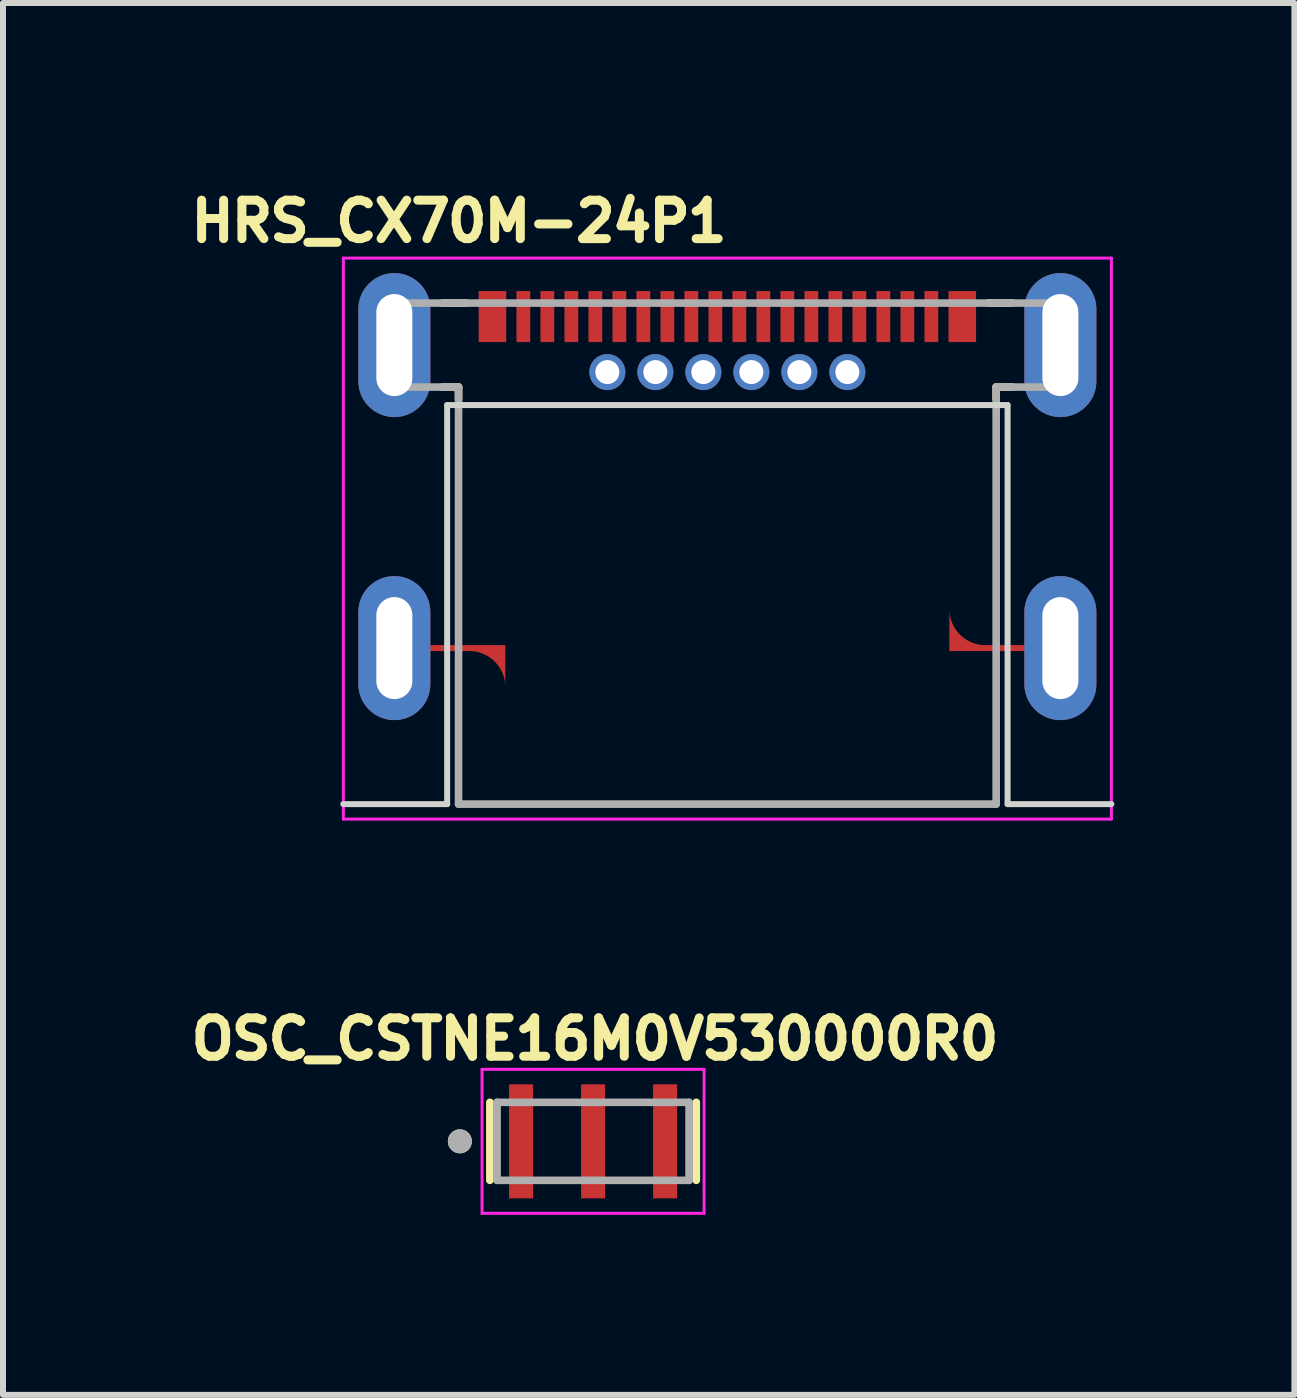
<source format=kicad_pcb>
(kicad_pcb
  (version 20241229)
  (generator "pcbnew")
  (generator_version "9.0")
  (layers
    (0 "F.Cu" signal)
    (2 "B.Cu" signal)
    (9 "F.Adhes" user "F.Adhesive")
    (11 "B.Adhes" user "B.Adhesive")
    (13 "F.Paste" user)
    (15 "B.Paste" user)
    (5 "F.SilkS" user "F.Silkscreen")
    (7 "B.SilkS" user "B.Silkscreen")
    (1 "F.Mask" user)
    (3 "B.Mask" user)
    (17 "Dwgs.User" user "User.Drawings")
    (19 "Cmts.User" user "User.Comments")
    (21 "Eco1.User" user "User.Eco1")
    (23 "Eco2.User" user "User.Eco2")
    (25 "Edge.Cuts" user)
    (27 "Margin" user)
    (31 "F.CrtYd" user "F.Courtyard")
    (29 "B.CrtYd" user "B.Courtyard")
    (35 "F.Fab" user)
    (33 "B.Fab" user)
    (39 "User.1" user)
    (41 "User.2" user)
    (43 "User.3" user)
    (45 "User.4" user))
  (footprint "OSC_CSTNE16M0V530000R0"
    (layer "F.Cu")
    (at 6.834 15.971)
    (property "Reference" "OSC_CSTNE16M0V530000R0" (at 0.032 -1.706 0) (layer "F.SilkS") (effects (font (size 0.64 0.64) (thickness 0.15))))
    (attr through_hole)
    (fp_line (start -1.72 -0.65) (end -1.72 0.65) (stroke (width 0.127) (type solid)) (layer "F.SilkS"))
    (fp_line (start 1.72 -0.65) (end 1.72 0.65) (stroke (width 0.127) (type solid)) (layer "F.SilkS"))
    (fp_circle (center -2.22 0) (end -2.12 0) (stroke (width 0.2) (type solid)) (fill no) (layer "F.SilkS"))
    (fp_line (start -1.85 -1.2) (end 1.85 -1.2) (stroke (width 0.05) (type solid)) (layer "F.CrtYd"))
    (fp_line (start -1.85 1.2) (end -1.85 -1.2) (stroke (width 0.05) (type solid)) (layer "F.CrtYd"))
    (fp_line (start 1.85 -1.2) (end 1.85 1.2) (stroke (width 0.05) (type solid)) (layer "F.CrtYd"))
    (fp_line (start 1.85 1.2) (end -1.85 1.2) (stroke (width 0.05) (type solid)) (layer "F.CrtYd"))
    (fp_line (start -1.6 -0.65) (end -1.6 0.65) (stroke (width 0.127) (type solid)) (layer "F.Fab"))
    (fp_line (start -1.6 -0.65) (end 1.6 -0.65) (stroke (width 0.127) (type solid)) (layer "F.Fab"))
    (fp_line (start 1.6 -0.65) (end 1.6 0.65) (stroke (width 0.127) (type solid)) (layer "F.Fab"))
    (fp_line (start 1.6 0.65) (end -1.6 0.65) (stroke (width 0.127) (type solid)) (layer "F.Fab"))
    (fp_circle (center -2.22 0) (end -2.12 0) (stroke (width 0.2) (type solid)) (fill no) (layer "F.Fab"))
    (pad "1" smd rect (at -1.2 0) (size 0.4 1.9) (layers "F.Cu" "F.Mask" "F.Paste"))
    (pad "2" smd rect (at 0 0) (size 0.4 1.9) (layers "F.Cu" "F.Mask" "F.Paste"))
    (pad "3" smd rect (at 1.2 0) (size 0.4 1.9) (layers "F.Cu" "F.Mask" "F.Paste")))
  (footprint "HRS_CX70M-24P1"
    (layer "F.Cu")
    (at 9.072 7.97)
    (property "Reference" "HRS_CX70M-24P1" (at -4.473 -7.332 0) (layer "F.SilkS") (effects (font (size 0.641 0.641) (thickness 0.15))))
    (attr through_hole)
    (fp_poly (pts (xy -5.607 -1.519) (xy -4.75 -1.519) (xy -4.75 1.083) (xy -5.607 1.083)) (stroke (width 0.01) (type solid)) (fill yes) (layer "F.Mask"))
    (fp_poly (pts (xy 4.75 -1.519) (xy 5.55 -1.519) (xy 5.55 1.081) (xy 4.75 1.081)) (stroke (width 0.01) (type solid)) (fill yes) (layer "F.Mask"))
    (fp_line (start -4.75 -5.969) (end -4.35 -5.969) (stroke (width 0.127) (type solid)) (layer "F.SilkS"))
    (fp_line (start -4.75 -4.569) (end -4.48 -4.569) (stroke (width 0.127) (type solid)) (layer "F.SilkS"))
    (fp_line (start -4.48 -4.569) (end -4.48 -4.369) (stroke (width 0.127) (type solid)) (layer "F.SilkS"))
    (fp_line (start 4.35 -5.969) (end 4.75 -5.969) (stroke (width 0.127) (type solid)) (layer "F.SilkS"))
    (fp_line (start 4.48 -4.569) (end 4.48 -4.369) (stroke (width 0.127) (type solid)) (layer "F.SilkS"))
    (fp_line (start 4.75 -4.569) (end 4.48 -4.569) (stroke (width 0.127) (type solid)) (layer "F.SilkS"))
    (fp_poly (pts (xy -5.55 -1.419) (xy -4.85 -1.419) (xy -4.85 0.981) (xy -5.55 0.981) (xy -5.519 0.98) (xy -5.487 0.978) (xy -5.456 0.974) (xy -5.425 0.968) (xy -5.395 0.961) (xy -5.365 0.952) (xy -5.335 0.941) (xy -5.306 0.929) (xy -5.278 0.916) (xy -5.25 0.901) (xy -5.223 0.884) (xy -5.197 0.866) (xy -5.172 0.847) (xy -5.149 0.827) (xy -5.126 0.805) (xy -5.104 0.782) (xy -5.084 0.759) (xy -5.065 0.734) (xy -5.047 0.708) (xy -5.03 0.681) (xy -5.015 0.653) (xy -5.002 0.625) (xy -4.99 0.596) (xy -4.979 0.566) (xy -4.97 0.536) (xy -4.963 0.506) (xy -4.957 0.475) (xy -4.953 0.444) (xy -4.951 0.412) (xy -4.95 0.381) (xy -4.95 -0.819) (xy -4.951 -0.85) (xy -4.953 -0.882) (xy -4.957 -0.913) (xy -4.963 -0.944) (xy -4.97 -0.974) (xy -4.979 -1.004) (xy -4.99 -1.034) (xy -5.002 -1.063) (xy -5.015 -1.091) (xy -5.03 -1.119) (xy -5.047 -1.146) (xy -5.065 -1.172) (xy -5.084 -1.197) (xy -5.104 -1.22) (xy -5.126 -1.243) (xy -5.149 -1.265) (xy -5.172 -1.285) (xy -5.197 -1.304) (xy -5.223 -1.322) (xy -5.25 -1.339) (xy -5.278 -1.354) (xy -5.306 -1.367) (xy -5.335 -1.379) (xy -5.365 -1.39) (xy -5.395 -1.399) (xy -5.425 -1.406) (xy -5.456 -1.412) (xy -5.487 -1.416) (xy -5.519 -1.418) (xy -5.55 -1.419)) (stroke (width 0.0001) (type solid)) (fill yes) (layer "F.Paste"))
    (fp_poly (pts (xy 5.55 -1.419) (xy 4.85 -1.419) (xy 4.85 0.981) (xy 5.55 0.981) (xy 5.519 0.98) (xy 5.487 0.978) (xy 5.456 0.974) (xy 5.425 0.968) (xy 5.395 0.961) (xy 5.365 0.952) (xy 5.335 0.941) (xy 5.306 0.929) (xy 5.278 0.916) (xy 5.25 0.901) (xy 5.223 0.884) (xy 5.197 0.866) (xy 5.172 0.847) (xy 5.149 0.827) (xy 5.126 0.805) (xy 5.104 0.782) (xy 5.084 0.759) (xy 5.065 0.734) (xy 5.047 0.708) (xy 5.03 0.681) (xy 5.015 0.653) (xy 5.002 0.625) (xy 4.99 0.596) (xy 4.979 0.566) (xy 4.97 0.536) (xy 4.963 0.506) (xy 4.957 0.475) (xy 4.953 0.444) (xy 4.951 0.412) (xy 4.95 0.381) (xy 4.95 -0.819) (xy 4.951 -0.85) (xy 4.953 -0.882) (xy 4.957 -0.913) (xy 4.963 -0.944) (xy 4.97 -0.974) (xy 4.979 -1.004) (xy 4.99 -1.034) (xy 5.002 -1.063) (xy 5.015 -1.091) (xy 5.03 -1.119) (xy 5.047 -1.146) (xy 5.065 -1.172) (xy 5.084 -1.197) (xy 5.104 -1.22) (xy 5.126 -1.243) (xy 5.149 -1.265) (xy 5.172 -1.285) (xy 5.197 -1.304) (xy 5.223 -1.322) (xy 5.25 -1.339) (xy 5.278 -1.354) (xy 5.306 -1.367) (xy 5.335 -1.379) (xy 5.365 -1.39) (xy 5.395 -1.399) (xy 5.425 -1.406) (xy 5.456 -1.412) (xy 5.487 -1.416) (xy 5.519 -1.418) (xy 5.55 -1.419)) (stroke (width 0.0001) (type solid)) (fill yes) (layer "F.Paste"))
    (fp_line (start -6.4 2.381) (end -4.67 2.381) (stroke (width 0.1) (type solid)) (layer "Edge.Cuts"))
    (fp_line (start -4.67 -4.269) (end 4.67 -4.269) (stroke (width 0.1) (type solid)) (layer "Edge.Cuts"))
    (fp_line (start -4.67 2.381) (end -4.67 -4.269) (stroke (width 0.1) (type solid)) (layer "Edge.Cuts"))
    (fp_line (start 4.67 -4.269) (end 4.67 2.381) (stroke (width 0.1) (type solid)) (layer "Edge.Cuts"))
    (fp_line (start 4.67 2.381) (end 6.4 2.381) (stroke (width 0.1) (type solid)) (layer "Edge.Cuts"))
    (fp_line (start -6.4 -6.719) (end 6.4 -6.719) (stroke (width 0.05) (type solid)) (layer "F.CrtYd"))
    (fp_line (start -6.4 2.631) (end -6.4 -6.719) (stroke (width 0.05) (type solid)) (layer "F.CrtYd"))
    (fp_line (start 6.4 -6.719) (end 6.4 2.631) (stroke (width 0.05) (type solid)) (layer "F.CrtYd"))
    (fp_line (start 6.4 2.631) (end -6.4 2.631) (stroke (width 0.05) (type solid)) (layer "F.CrtYd"))
    (fp_line (start -5.7 -5.969) (end -5.7 -4.569) (stroke (width 0.127) (type solid)) (layer "F.Fab"))
    (fp_line (start -5.7 -5.969) (end 5.7 -5.969) (stroke (width 0.127) (type solid)) (layer "F.Fab"))
    (fp_line (start -5.7 -4.569) (end -4.48 -4.569) (stroke (width 0.127) (type solid)) (layer "F.Fab"))
    (fp_line (start -4.48 2.381) (end -4.48 -4.569) (stroke (width 0.127) (type solid)) (layer "F.Fab"))
    (fp_line (start 4.48 -4.569) (end 4.48 2.381) (stroke (width 0.127) (type solid)) (layer "F.Fab"))
    (fp_line (start 4.48 -4.569) (end 5.7 -4.569) (stroke (width 0.127) (type solid)) (layer "F.Fab"))
    (fp_line (start 4.48 2.381) (end -4.48 2.381) (stroke (width 0.127) (type solid)) (layer "F.Fab"))
    (fp_line (start 5.7 -5.969) (end 5.7 -4.569) (stroke (width 0.127) (type solid)) (layer "F.Fab"))
    (pad "A1" smd rect (at -2.2 -5.744 90) (size 0.85 0.23) (layers "F.Cu" "F.Mask" "F.Paste"))
    (pad "A2" smd rect (at -1.8 -5.744 90) (size 0.85 0.23) (layers "F.Cu" "F.Mask" "F.Paste"))
    (pad "A3" smd rect (at -1.4 -5.744 90) (size 0.85 0.23) (layers "F.Cu" "F.Mask" "F.Paste"))
    (pad "A4" smd rect (at -1 -5.744 90) (size 0.85 0.23) (layers "F.Cu" "F.Mask" "F.Paste"))
    (pad "A5" smd rect (at -0.6 -5.744 90) (size 0.85 0.23) (layers "F.Cu" "F.Mask" "F.Paste"))
    (pad "A6" smd rect (at -0.2 -5.744 90) (size 0.85 0.23) (layers "F.Cu" "F.Mask" "F.Paste"))
    (pad "A7" smd rect (at 0.2 -5.744 90) (size 0.85 0.23) (layers "F.Cu" "F.Mask" "F.Paste"))
    (pad "A8" smd rect (at 0.6 -5.744 90) (size 0.85 0.23) (layers "F.Cu" "F.Mask" "F.Paste"))
    (pad "A9" smd rect (at 1 -5.744 90) (size 0.85 0.23) (layers "F.Cu" "F.Mask" "F.Paste"))
    (pad "A10" smd rect (at 1.4 -5.744 90) (size 0.85 0.23) (layers "F.Cu" "F.Mask" "F.Paste"))
    (pad "A11" smd rect (at 1.8 -5.744 90) (size 0.85 0.23) (layers "F.Cu" "F.Mask" "F.Paste"))
    (pad "A12" smd rect (at 2.2 -5.744 90) (size 0.85 0.23) (layers "F.Cu" "F.Mask" "F.Paste"))
    (pad "B1" smd rect (at 3.4 -5.744 90) (size 0.85 0.23) (layers "F.Cu" "F.Mask" "F.Paste"))
    (pad "B2" smd rect (at 3 -5.744 90) (size 0.85 0.23) (layers "F.Cu" "F.Mask" "F.Paste"))
    (pad "B3" smd rect (at 2.6 -5.744 90) (size 0.85 0.23) (layers "F.Cu" "F.Mask" "F.Paste"))
    (pad "B4" thru_hole circle (at 2 -4.819) (size 0.6 0.6) (drill 0.4) (layers "*.Cu" "*.Mask"))
    (pad "B5" thru_hole circle (at 1.2 -4.819) (size 0.6 0.6) (drill 0.4) (layers "*.Cu" "*.Mask"))
    (pad "B6" thru_hole circle (at 0.4 -4.819) (size 0.6 0.6) (drill 0.4) (layers "*.Cu" "*.Mask"))
    (pad "B7" thru_hole circle (at -0.4 -4.819) (size 0.6 0.6) (drill 0.4) (layers "*.Cu" "*.Mask"))
    (pad "B8" thru_hole circle (at -1.2 -4.819) (size 0.6 0.6) (drill 0.4) (layers "*.Cu" "*.Mask"))
    (pad "B9" thru_hole circle (at -2 -4.819) (size 0.6 0.6) (drill 0.4) (layers "*.Cu" "*.Mask"))
    (pad "B10" smd rect (at -2.6 -5.744 90) (size 0.85 0.23) (layers "F.Cu" "F.Mask" "F.Paste"))
    (pad "B11" smd rect (at -3 -5.744 90) (size 0.85 0.23) (layers "F.Cu" "F.Mask" "F.Paste"))
    (pad "B12" smd rect (at -3.4 -5.744 90) (size 0.85 0.23) (layers "F.Cu" "F.Mask" "F.Paste"))
    (pad "S1" thru_hole oval (at -5.55 -5.269) (size 1.2 2.4) (drill oval 0.6 1.7) (layers "*.Cu" "*.Mask"))
    (pad "S2" smd rect (at -3.915 -5.744 90) (size 0.85 0.46) (layers "F.Cu" "F.Mask" "F.Paste"))
    (pad "S3" smd rect (at 3.915 -5.744 90) (size 0.85 0.46) (layers "F.Cu" "F.Mask" "F.Paste"))
    (pad "S4" thru_hole oval (at 5.55 -5.269) (size 1.2 2.4) (drill oval 0.6 1.7) (layers "*.Cu" "*.Mask"))
    (pad "S5" thru_hole oval (at -5.55 -0.219) (size 1.2 2.4) (drill oval 0.6 1.7) (layers "*.Cu" "*.Mask"))
    (pad "S5.1" smd custom (at -4.9 -0.219 90) (size 0.1 0.1) (layers "F.Cu") (options (anchor rect)) (primitives (gr_poly (pts (xy -0.65 -1.2) (xy 0.05 -1.2) (xy 0.05 1.2) (xy -0.65 1.2) (xy -0.619 1.199) (xy -0.587 1.197) (xy -0.556 1.193) (xy -0.525 1.187) (xy -0.495 1.18) (xy -0.465 1.171) (xy -0.435 1.16) (xy -0.406 1.148) (xy -0.378 1.135) (xy -0.35 1.12) (xy -0.323 1.103) (xy -0.297 1.085) (xy -0.272 1.066) (xy -0.249 1.046) (xy -0.226 1.024) (xy -0.204 1.001) (xy -0.184 0.978) (xy -0.165 0.953) (xy -0.147 0.927) (xy -0.13 0.9) (xy -0.115 0.872) (xy -0.102 0.844) (xy -0.09 0.815) (xy -0.079 0.785) (xy -0.07 0.755) (xy -0.063 0.725) (xy -0.057 0.694) (xy -0.053 0.663) (xy -0.051 0.631) (xy -0.05 0.6) (xy -0.05 -0.6) (xy -0.051 -0.631) (xy -0.053 -0.663) (xy -0.057 -0.694) (xy -0.063 -0.725) (xy -0.07 -0.755) (xy -0.079 -0.785) (xy -0.09 -0.815) (xy -0.102 -0.844) (xy -0.115 -0.872) (xy -0.13 -0.9) (xy -0.147 -0.927) (xy -0.165 -0.953) (xy -0.184 -0.978) (xy -0.204 -1.001) (xy -0.226 -1.024) (xy -0.249 -1.046) (xy -0.272 -1.066) (xy -0.297 -1.085) (xy -0.323 -1.103) (xy -0.35 -1.12) (xy -0.378 -1.135) (xy -0.406 -1.148) (xy -0.435 -1.16) (xy -0.465 -1.171) (xy -0.495 -1.18) (xy -0.525 -1.187) (xy -0.556 -1.193) (xy -0.587 -1.197) (xy -0.619 -1.199) (xy -0.65 -1.2)) (width 0.0001) (fill yes))))
    (pad "S6" thru_hole oval (at 5.55 -0.219) (size 1.2 2.4) (drill oval 0.6 1.7) (layers "*.Cu" "*.Mask"))
    (pad "S6.1" smd custom (at 4.9 -0.219 90) (size 0.1 0.1) (layers "F.Cu") (options (anchor rect)) (primitives (gr_poly (pts (xy 0.65 -1.2) (xy -0.05 -1.2) (xy -0.05 1.2) (xy 0.65 1.2) (xy 0.619 1.199) (xy 0.587 1.197) (xy 0.556 1.193) (xy 0.525 1.187) (xy 0.495 1.18) (xy 0.465 1.171) (xy 0.435 1.16) (xy 0.406 1.148) (xy 0.378 1.135) (xy 0.35 1.12) (xy 0.323 1.103) (xy 0.297 1.085) (xy 0.272 1.066) (xy 0.249 1.046) (xy 0.226 1.024) (xy 0.204 1.001) (xy 0.184 0.978) (xy 0.165 0.953) (xy 0.147 0.927) (xy 0.13 0.9) (xy 0.115 0.872) (xy 0.102 0.844) (xy 0.09 0.815) (xy 0.079 0.785) (xy 0.07 0.755) (xy 0.063 0.725) (xy 0.057 0.694) (xy 0.053 0.663) (xy 0.051 0.631) (xy 0.05 0.6) (xy 0.05 -0.6) (xy 0.051 -0.631) (xy 0.053 -0.663) (xy 0.057 -0.694) (xy 0.063 -0.725) (xy 0.07 -0.755) (xy 0.079 -0.785) (xy 0.09 -0.815) (xy 0.102 -0.844) (xy 0.115 -0.872) (xy 0.13 -0.9) (xy 0.147 -0.927) (xy 0.165 -0.953) (xy 0.184 -0.978) (xy 0.204 -1.001) (xy 0.226 -1.024) (xy 0.249 -1.046) (xy 0.272 -1.066) (xy 0.297 -1.085) (xy 0.323 -1.103) (xy 0.35 -1.12) (xy 0.378 -1.135) (xy 0.406 -1.148) (xy 0.435 -1.16) (xy 0.465 -1.171) (xy 0.495 -1.18) (xy 0.525 -1.187) (xy 0.556 -1.193) (xy 0.587 -1.197) (xy 0.619 -1.199) (xy 0.65 -1.2)) (width 0.0001) (fill yes)))))
  (gr_rect
    (start -3 -3)
    (end 18.522 20.196)
    (stroke (width 0.1) (type default))
    (fill no)
    (layer "Edge.Cuts")))
</source>
